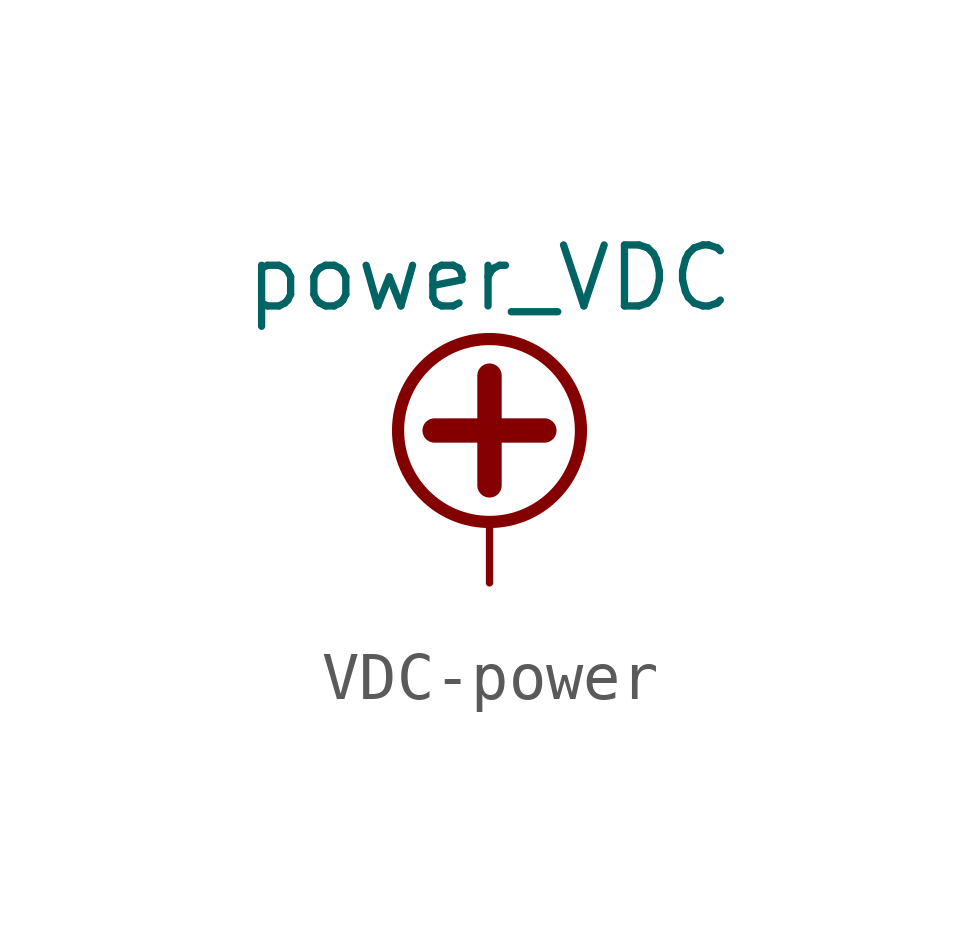
<source format=kicad_sym>
(kicad_symbol_lib
  (version 20231120)
  (generator "kicad_symbol_editor")
  (generator_version "8.0")
  (symbol "VDC-power"
    (power)
    (pin_names
      (offset 0))
    (property "Reference" "#PWR"
      (at 0 -2.54 0)
      (effects (font (size 1.27 1.27)) (hide yes)))
    (property "Value" "power_VDC"
      (at 0 6.35 0)
      (effects (font (size 1.27 1.27))))
    (symbol "VDC-power_0_1"
      (polyline (pts (xy -1.143 3.175) (xy 1.143 3.175)) (stroke (width 0.508) (type solid)) (fill (type none)))
      (polyline (pts (xy 0 0) (xy 0 1.27)) (stroke (width 0) (type solid)) (fill (type none)))
      (polyline (pts (xy 0 2.032) (xy 0 4.318)) (stroke (width 0.508) (type solid)) (fill (type none)))
      (circle (center 0 3.175) (radius 1.905) (stroke (width 0.254) (type solid)) (fill (type none))))
    (symbol "VDC-power_1_1"
      (pin power_in line (at 0 0 90) (length 0) hide (name "VDC" (effects (font (size 1.27 1.27)))) (number "1" (effects (font (size 1.27 1.27))))))))
</source>
